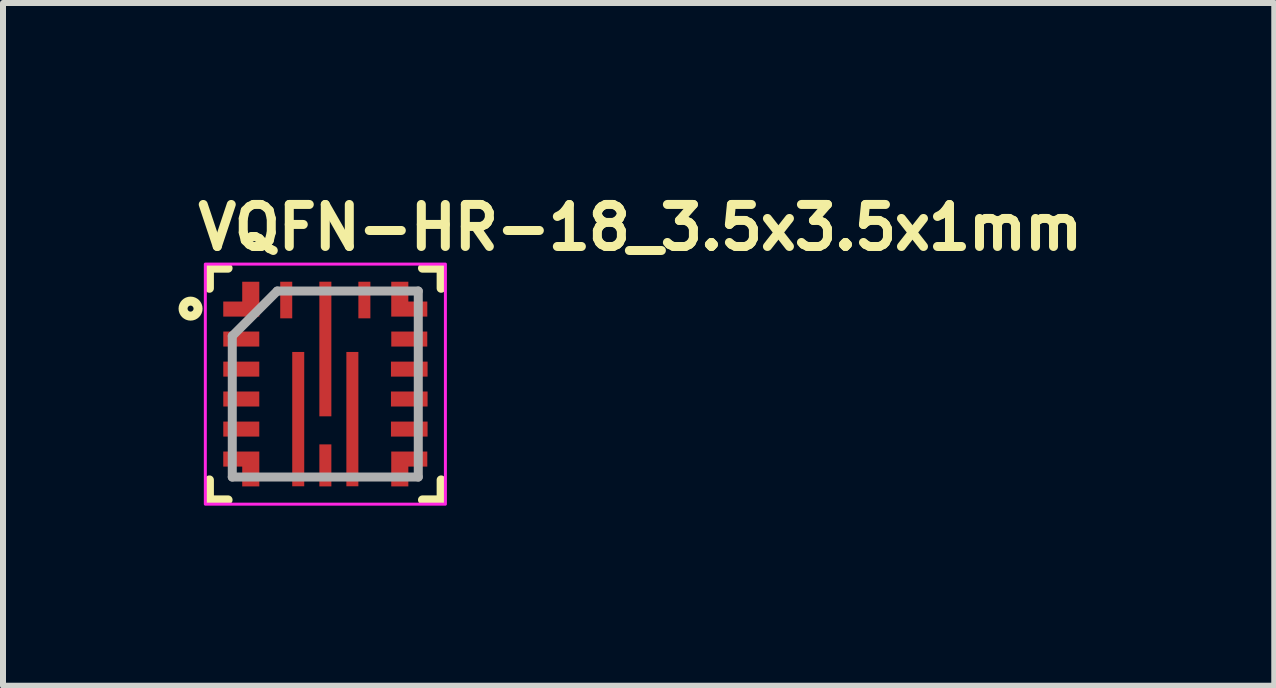
<source format=kicad_pcb>
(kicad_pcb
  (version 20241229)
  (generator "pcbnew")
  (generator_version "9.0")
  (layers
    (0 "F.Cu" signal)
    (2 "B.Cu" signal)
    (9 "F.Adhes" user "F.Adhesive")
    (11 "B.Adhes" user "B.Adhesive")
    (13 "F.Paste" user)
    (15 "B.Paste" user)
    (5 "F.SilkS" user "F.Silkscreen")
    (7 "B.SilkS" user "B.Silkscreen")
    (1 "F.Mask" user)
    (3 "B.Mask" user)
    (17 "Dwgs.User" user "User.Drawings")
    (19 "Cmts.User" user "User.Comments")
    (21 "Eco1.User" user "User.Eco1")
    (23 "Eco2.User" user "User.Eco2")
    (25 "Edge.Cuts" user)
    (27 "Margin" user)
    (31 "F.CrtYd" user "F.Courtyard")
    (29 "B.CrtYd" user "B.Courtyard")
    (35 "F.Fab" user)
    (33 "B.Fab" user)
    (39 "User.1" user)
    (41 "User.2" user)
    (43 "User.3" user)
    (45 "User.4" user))
  (footprint "VQFN-HR-18_3.5x3.5x1mm"
    (layer "F.Cu")
    (at 2.371 3.35)
    (property "Reference" "VQFN-HR-18_3.5x3.5x1mm" (at -2.2 -2.2 0) (layer "F.SilkS") (effects (font (size 0.7 0.7) (thickness 0.15)) (justify left bottom)))
    (attr smd)
    (fp_line (start -1.932 -1.932) (end -1.932 -1.597) (stroke (width 0.15) (type solid)) (layer "F.SilkS"))
    (fp_line (start -1.932 1.596) (end -1.932 1.929) (stroke (width 0.15) (type solid)) (layer "F.SilkS"))
    (fp_line (start -1.932 1.929) (end -1.621 1.929) (stroke (width 0.15) (type solid)) (layer "F.SilkS"))
    (fp_line (start -1.621 -1.932) (end -1.932 -1.932) (stroke (width 0.15) (type solid)) (layer "F.SilkS"))
    (fp_line (start 1.618 1.929) (end 1.929 1.929) (stroke (width 0.15) (type solid)) (layer "F.SilkS"))
    (fp_line (start 1.929 -1.932) (end 1.618 -1.932) (stroke (width 0.15) (type solid)) (layer "F.SilkS"))
    (fp_line (start 1.929 -1.597) (end 1.929 -1.932) (stroke (width 0.15) (type solid)) (layer "F.SilkS"))
    (fp_line (start 1.929 1.929) (end 1.929 1.596) (stroke (width 0.15) (type solid)) (layer "F.SilkS"))
    (fp_circle (center -2.246 -1.258) (end -2.196 -1.258) (stroke (width 0.15) (type solid)) (fill no) (layer "F.SilkS"))
    (fp_poly (pts (xy -0.352 0.484) (xy -0.551 0.484) (xy -0.551 -0.535) (xy -0.352 -0.535)) (stroke (width 0.001) (type solid)) (fill yes) (layer "F.Paste"))
    (fp_poly (pts (xy -0.352 1.703) (xy -0.551 1.703) (xy -0.551 0.685) (xy -0.352 0.685)) (stroke (width 0.001) (type solid)) (fill yes) (layer "F.Paste"))
    (fp_poly (pts (xy 0.099 -0.687) (xy -0.1 -0.687) (xy -0.1 -1.706) (xy 0.099 -1.706)) (stroke (width 0.001) (type solid)) (fill yes) (layer "F.Paste"))
    (fp_poly (pts (xy 0.099 0.535) (xy -0.1 0.535) (xy -0.1 -0.485) (xy 0.099 -0.485)) (stroke (width 0.001) (type solid)) (fill yes) (layer "F.Paste"))
    (fp_poly (pts (xy 0.548 0.484) (xy 0.349 0.484) (xy 0.349 -0.535) (xy 0.548 -0.535)) (stroke (width 0.001) (type solid)) (fill yes) (layer "F.Paste"))
    (fp_poly (pts (xy 0.548 1.703) (xy 0.349 1.703) (xy 0.349 0.685) (xy 0.548 0.685)) (stroke (width 0.001) (type solid)) (fill yes) (layer "F.Paste"))
    (fp_poly (pts (xy -1.103 -1.706) (xy -1.355 -1.706) (xy -1.355 -1.351) (xy -1.702 -1.351) (xy -1.702 -1.127) (xy -1.103 -1.127)) (stroke (width 0.001) (type solid)) (fill yes) (layer "F.Paste"))
    (fp_poly (pts (xy -1.101 1.705) (xy -1.355 1.703) (xy -1.355 1.348) (xy -1.7 1.35) (xy -1.7 1.124) (xy -1.101 1.124)) (stroke (width 0.001) (type solid)) (fill yes) (layer "F.Paste"))
    (fp_poly (pts (xy 1.1 -1.706) (xy 1.352 -1.706) (xy 1.352 -1.351) (xy 1.699 -1.351) (xy 1.699 -1.125) (xy 1.1 -1.125)) (stroke (width 0.001) (type solid)) (fill yes) (layer "F.Paste"))
    (fp_poly (pts (xy 1.1 1.705) (xy 1.352 1.703) (xy 1.352 1.348) (xy 1.699 1.35) (xy 1.699 1.124) (xy 1.1 1.124)) (stroke (width 0.001) (type solid)) (fill yes) (layer "F.Paste"))
    (fp_rect (start -2 -2) (end 2 2) (stroke (width 0.05) (type solid)) (fill no) (layer "F.CrtYd"))
    (fp_line (start -1.551 -0.802) (end -1.551 1.548) (stroke (width 0.15) (type solid)) (layer "F.Fab"))
    (fp_line (start -1.551 -0.802) (end -0.802 -1.551) (stroke (width 0.15) (type solid)) (layer "F.Fab"))
    (fp_line (start -1.551 1.548) (end 1.548 1.548) (stroke (width 0.15) (type solid)) (layer "F.Fab"))
    (fp_line (start 1.548 -1.551) (end -0.802 -1.551) (stroke (width 0.15) (type solid)) (layer "F.Fab"))
    (fp_line (start 1.548 1.548) (end 1.548 -1.551) (stroke (width 0.15) (type solid)) (layer "F.Fab"))
    (fp_rect (start -1.5 -1.5) (end 1.499 1.499) (stroke (width 0.1) (type solid)) (fill no) (layer "User.5"))
    (fp_line (start -1.5 -1.5) (end -1.5 1.499) (stroke (width 0.02) (type solid)) (layer "User.9"))
    (fp_line (start -1.5 1.499) (end 1.499 1.499) (stroke (width 0.02) (type solid)) (layer "User.9"))
    (fp_line (start 1.499 -1.5) (end -1.5 -1.5) (stroke (width 0.02) (type solid)) (layer "User.9"))
    (fp_line (start 1.499 1.499) (end 1.499 -1.5) (stroke (width 0.02) (type solid)) (layer "User.9"))
    (pad "1" smd custom (at -1.401 -1.25 90) (size 0.25 0.6) (layers "F.Cu" "F.Mask") (options (anchor rect)) (primitives (gr_poly (pts (xy 0.455 0.3) (xy 0.455 0.016) (xy 0.125 0.016) (xy 0.125 -0.3) (xy -0.125 -0.3) (xy -0.125 0.3)) (width 0.001) (fill yes)) (gr_poly (pts (xy 0.455 0.3) (xy 0.455 0.016) (xy 0.125 0.016) (xy 0.125 -0.3) (xy -0.125 -0.3) (xy -0.125 0.3)) (width 0.001) (fill yes))))
    (pad "2" smd rect (at -1.401 -0.751 90) (size 0.25 0.6) (layers "F.Cu" "F.Mask" "F.Paste"))
    (pad "3" smd rect (at -1.401 -0.25 90) (size 0.25 0.6) (layers "F.Cu" "F.Mask" "F.Paste"))
    (pad "4" smd rect (at -1.401 0.248 90) (size 0.25 0.6) (layers "F.Cu" "F.Mask" "F.Paste"))
    (pad "5" smd rect (at -1.401 0.749 90) (size 0.25 0.6) (layers "F.Cu" "F.Mask" "F.Paste"))
    (pad "6" smd custom (at -1.401 1.249 90) (size 0.25 0.6) (layers "F.Cu" "F.Mask" "F.Paste") (options (anchor rect)) (primitives (gr_poly (pts (xy -0.455 0.3) (xy -0.455 0.016) (xy -0.125 0.016) (xy -0.125 -0.3) (xy 0.125 -0.3) (xy 0.125 0.3)) (width 0.001) (fill yes)) (gr_poly (pts (xy -0.455 0.3) (xy -0.455 0.016) (xy -0.125 0.016) (xy -0.125 -0.3) (xy 0.125 -0.3) (xy 0.125 0.3)) (width 0.001) (fill yes))))
    (pad "7" smd rect (at -0.452 0.583) (size 0.2 2.238) (layers "F.Cu" "F.Mask"))
    (pad "8" smd rect (at 0 1.354) (size 0.2 0.7) (layers "F.Cu" "F.Mask" "F.Paste"))
    (pad "9" smd rect (at 0.45 0.583) (size 0.2 2.238) (layers "F.Cu" "F.Mask"))
    (pad "10" smd custom (at 1.398 1.249 270) (size 0.25 0.6) (layers "F.Cu" "F.Mask") (options (anchor rect)) (primitives (gr_poly (pts (xy 0.455 0.3) (xy 0.455 0.016) (xy 0.125 0.016) (xy 0.125 -0.3) (xy -0.125 -0.3) (xy -0.125 0.3)) (width 0.001) (fill yes)) (gr_poly (pts (xy 0.455 0.3) (xy 0.455 0.016) (xy 0.125 0.016) (xy 0.125 -0.3) (xy -0.125 -0.3) (xy -0.125 0.3)) (width 0.001) (fill yes))))
    (pad "11" smd rect (at 1.398 0.749 90) (size 0.25 0.61) (layers "F.Cu" "F.Mask" "F.Paste"))
    (pad "12" smd rect (at 1.398 0.248 90) (size 0.25 0.61) (layers "F.Cu" "F.Mask" "F.Paste"))
    (pad "13" smd rect (at 1.398 -0.25 90) (size 0.25 0.61) (layers "F.Cu" "F.Mask" "F.Paste"))
    (pad "14" smd rect (at 1.398 -0.751 90) (size 0.25 0.6) (layers "F.Cu" "F.Mask" "F.Paste"))
    (pad "15" smd custom (at 1.398 -1.25 270) (size 0.25 0.6) (layers "F.Cu" "F.Mask") (options (anchor rect)) (primitives (gr_poly (pts (xy -0.455 0.3) (xy -0.455 0.016) (xy -0.125 0.016) (xy -0.125 -0.3) (xy 0.125 -0.3) (xy 0.125 0.3)) (width 0.001) (fill yes)) (gr_poly (pts (xy -0.455 0.3) (xy -0.455 0.016) (xy -0.125 0.016) (xy -0.125 -0.3) (xy 0.125 -0.3) (xy 0.125 0.3)) (width 0.001) (fill yes))))
    (pad "16" smd rect (at 0.65 -1.401) (size 0.2 0.61) (layers "F.Cu" "F.Mask" "F.Paste"))
    (pad "17" smd rect (at 0 -0.585) (size 0.2 2.243) (layers "F.Cu" "F.Mask"))
    (pad "18" smd rect (at -0.652 -1.401) (size 0.2 0.61) (layers "F.Cu" "F.Mask" "F.Paste")))
  (gr_rect
    (start -3 -3)
    (end 18.181 8.375)
    (stroke (width 0.1) (type default))
    (fill no)
    (layer "Edge.Cuts")))
</source>
